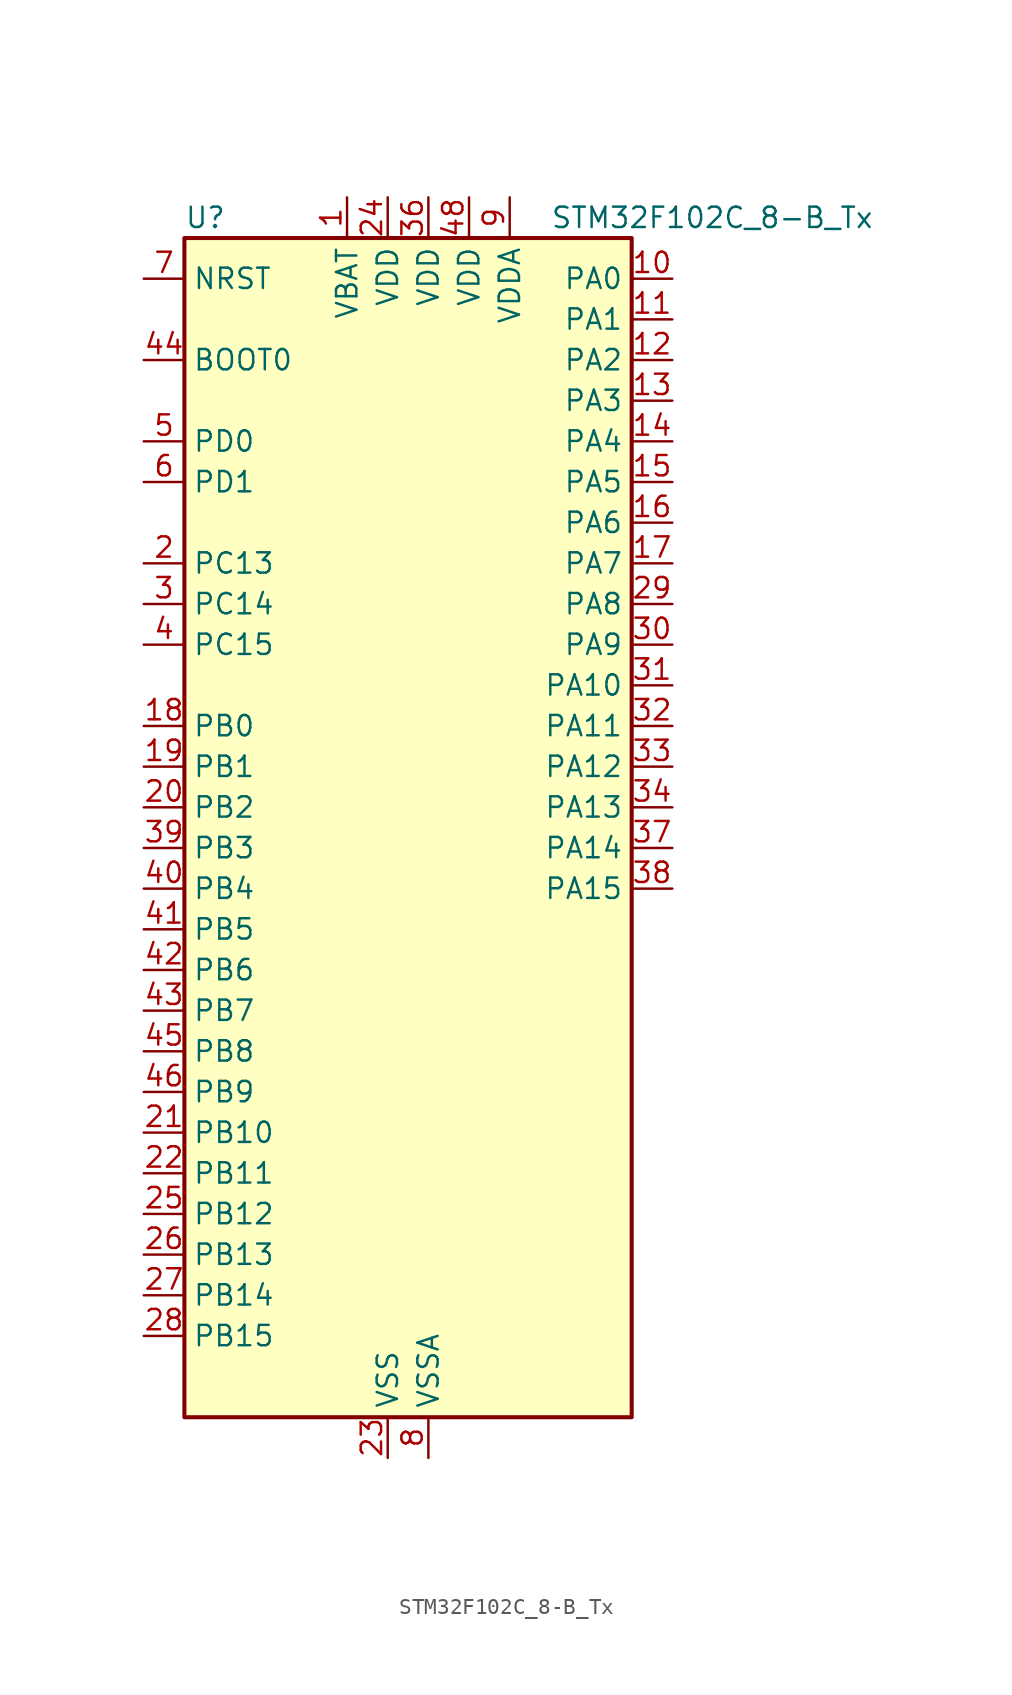
<source format=kicad_sym>
(kicad_symbol_lib
  (version 20231120)
  (generator "kicad_symbol_editor")
  (generator_version "8.0")
  (symbol "STM32F102C_8-B_Tx"
    (property "Reference" "U"
      (at -12.7 39.37 0)
      (effects (font (size 1.27 1.27)) (justify left)))
    (property "Value" "STM32F102C_8-B_Tx"
      (at 10.16 39.37 0)
      (effects (font (size 1.27 1.27)) (justify left)))
    (property "ki_locked" ""
      (at 0 0 0)
      (effects (font (size 1.27 1.27))))
    (symbol "STM32F102C_8-B_Tx_0_1"
      (rectangle (start -12.7 -35.56) (end 15.24 38.1) (stroke (width 0.254) (type default)) (fill (type background))))
    (symbol "STM32F102C_8-B_Tx_1_1"
      (pin power_in line (at -2.54 40.64 270) (length 2.54) (name "VBAT" (effects (font (size 1.27 1.27)))) (number "1" (effects (font (size 1.27 1.27)))))
      (pin bidirectional line (at 17.78 35.56 180) (length 2.54) (name "PA0" (effects (font (size 1.27 1.27)))) (number "10" (effects (font (size 1.27 1.27)))) (alternate "ADC1_IN0" bidirectional line) (alternate "SYS_WKUP" bidirectional line) (alternate "TIM2_CH1" bidirectional line) (alternate "TIM2_ETR" bidirectional line) (alternate "USART2_CTS" bidirectional line))
      (pin bidirectional line (at 17.78 33.02 180) (length 2.54) (name "PA1" (effects (font (size 1.27 1.27)))) (number "11" (effects (font (size 1.27 1.27)))) (alternate "ADC1_IN1" bidirectional line) (alternate "TIM2_CH2" bidirectional line) (alternate "USART2_RTS" bidirectional line))
      (pin bidirectional line (at 17.78 30.48 180) (length 2.54) (name "PA2" (effects (font (size 1.27 1.27)))) (number "12" (effects (font (size 1.27 1.27)))) (alternate "ADC1_IN2" bidirectional line) (alternate "TIM2_CH3" bidirectional line) (alternate "USART2_TX" bidirectional line))
      (pin bidirectional line (at 17.78 27.94 180) (length 2.54) (name "PA3" (effects (font (size 1.27 1.27)))) (number "13" (effects (font (size 1.27 1.27)))) (alternate "ADC1_IN3" bidirectional line) (alternate "TIM2_CH4" bidirectional line) (alternate "USART2_RX" bidirectional line))
      (pin bidirectional line (at 17.78 25.4 180) (length 2.54) (name "PA4" (effects (font (size 1.27 1.27)))) (number "14" (effects (font (size 1.27 1.27)))) (alternate "ADC1_IN4" bidirectional line) (alternate "SPI1_NSS" bidirectional line) (alternate "USART2_CK" bidirectional line))
      (pin bidirectional line (at 17.78 22.86 180) (length 2.54) (name "PA5" (effects (font (size 1.27 1.27)))) (number "15" (effects (font (size 1.27 1.27)))) (alternate "ADC1_IN5" bidirectional line) (alternate "SPI1_SCK" bidirectional line))
      (pin bidirectional line (at 17.78 20.32 180) (length 2.54) (name "PA6" (effects (font (size 1.27 1.27)))) (number "16" (effects (font (size 1.27 1.27)))) (alternate "ADC1_IN6" bidirectional line) (alternate "SPI1_MISO" bidirectional line) (alternate "TIM3_CH1" bidirectional line))
      (pin bidirectional line (at 17.78 17.78 180) (length 2.54) (name "PA7" (effects (font (size 1.27 1.27)))) (number "17" (effects (font (size 1.27 1.27)))) (alternate "ADC1_IN7" bidirectional line) (alternate "SPI1_MOSI" bidirectional line) (alternate "TIM3_CH2" bidirectional line))
      (pin bidirectional line (at -15.24 7.62 0) (length 2.54) (name "PB0" (effects (font (size 1.27 1.27)))) (number "18" (effects (font (size 1.27 1.27)))) (alternate "ADC1_IN8" bidirectional line) (alternate "TIM3_CH3" bidirectional line))
      (pin bidirectional line (at -15.24 5.08 0) (length 2.54) (name "PB1" (effects (font (size 1.27 1.27)))) (number "19" (effects (font (size 1.27 1.27)))) (alternate "ADC1_IN9" bidirectional line) (alternate "TIM3_CH4" bidirectional line))
      (pin bidirectional line (at -15.24 17.78 0) (length 2.54) (name "PC13" (effects (font (size 1.27 1.27)))) (number "2" (effects (font (size 1.27 1.27)))) (alternate "RTC_OUT" bidirectional line) (alternate "RTC_TAMPER" bidirectional line))
      (pin bidirectional line (at -15.24 2.54 0) (length 2.54) (name "PB2" (effects (font (size 1.27 1.27)))) (number "20" (effects (font (size 1.27 1.27)))))
      (pin bidirectional line (at -15.24 -17.78 0) (length 2.54) (name "PB10" (effects (font (size 1.27 1.27)))) (number "21" (effects (font (size 1.27 1.27)))) (alternate "I2C2_SCL" bidirectional line) (alternate "TIM2_CH3" bidirectional line) (alternate "USART3_TX" bidirectional line))
      (pin bidirectional line (at -15.24 -20.32 0) (length 2.54) (name "PB11" (effects (font (size 1.27 1.27)))) (number "22" (effects (font (size 1.27 1.27)))) (alternate "ADC1_EXTI11" bidirectional line) (alternate "I2C2_SDA" bidirectional line) (alternate "TIM2_CH4" bidirectional line) (alternate "USART3_RX" bidirectional line))
      (pin power_in line (at 0 -38.1 90) (length 2.54) (name "VSS" (effects (font (size 1.27 1.27)))) (number "23" (effects (font (size 1.27 1.27)))))
      (pin power_in line (at 0 40.64 270) (length 2.54) (name "VDD" (effects (font (size 1.27 1.27)))) (number "24" (effects (font (size 1.27 1.27)))))
      (pin bidirectional line (at -15.24 -22.86 0) (length 2.54) (name "PB12" (effects (font (size 1.27 1.27)))) (number "25" (effects (font (size 1.27 1.27)))) (alternate "I2C2_SMBA" bidirectional line) (alternate "SPI2_NSS" bidirectional line) (alternate "USART3_CK" bidirectional line))
      (pin bidirectional line (at -15.24 -25.4 0) (length 2.54) (name "PB13" (effects (font (size 1.27 1.27)))) (number "26" (effects (font (size 1.27 1.27)))) (alternate "SPI2_SCK" bidirectional line) (alternate "USART3_CTS" bidirectional line))
      (pin bidirectional line (at -15.24 -27.94 0) (length 2.54) (name "PB14" (effects (font (size 1.27 1.27)))) (number "27" (effects (font (size 1.27 1.27)))) (alternate "SPI2_MISO" bidirectional line) (alternate "USART3_RTS" bidirectional line))
      (pin bidirectional line (at -15.24 -30.48 0) (length 2.54) (name "PB15" (effects (font (size 1.27 1.27)))) (number "28" (effects (font (size 1.27 1.27)))) (alternate "ADC1_EXTI15" bidirectional line) (alternate "SPI2_MOSI" bidirectional line))
      (pin bidirectional line (at 17.78 15.24 180) (length 2.54) (name "PA8" (effects (font (size 1.27 1.27)))) (number "29" (effects (font (size 1.27 1.27)))) (alternate "RCC_MCO" bidirectional line) (alternate "USART1_CK" bidirectional line))
      (pin bidirectional line (at -15.24 15.24 0) (length 2.54) (name "PC14" (effects (font (size 1.27 1.27)))) (number "3" (effects (font (size 1.27 1.27)))) (alternate "RCC_OSC32_IN" bidirectional line))
      (pin bidirectional line (at 17.78 12.7 180) (length 2.54) (name "PA9" (effects (font (size 1.27 1.27)))) (number "30" (effects (font (size 1.27 1.27)))) (alternate "USART1_TX" bidirectional line))
      (pin bidirectional line (at 17.78 10.16 180) (length 2.54) (name "PA10" (effects (font (size 1.27 1.27)))) (number "31" (effects (font (size 1.27 1.27)))) (alternate "USART1_RX" bidirectional line))
      (pin bidirectional line (at 17.78 7.62 180) (length 2.54) (name "PA11" (effects (font (size 1.27 1.27)))) (number "32" (effects (font (size 1.27 1.27)))) (alternate "ADC1_EXTI11" bidirectional line) (alternate "USART1_CTS" bidirectional line) (alternate "USB_DM" bidirectional line))
      (pin bidirectional line (at 17.78 5.08 180) (length 2.54) (name "PA12" (effects (font (size 1.27 1.27)))) (number "33" (effects (font (size 1.27 1.27)))) (alternate "USART1_RTS" bidirectional line) (alternate "USB_DP" bidirectional line))
      (pin bidirectional line (at 17.78 2.54 180) (length 2.54) (name "PA13" (effects (font (size 1.27 1.27)))) (number "34" (effects (font (size 1.27 1.27)))) (alternate "SYS_JTMS-SWDIO" bidirectional line))
      (pin passive line (at 0 -38.1 90) (length 2.54) hide (name "VSS" (effects (font (size 1.27 1.27)))) (number "35" (effects (font (size 1.27 1.27)))))
      (pin power_in line (at 2.54 40.64 270) (length 2.54) (name "VDD" (effects (font (size 1.27 1.27)))) (number "36" (effects (font (size 1.27 1.27)))))
      (pin bidirectional line (at 17.78 0 180) (length 2.54) (name "PA14" (effects (font (size 1.27 1.27)))) (number "37" (effects (font (size 1.27 1.27)))) (alternate "SYS_JTCK-SWCLK" bidirectional line))
      (pin bidirectional line (at 17.78 -2.54 180) (length 2.54) (name "PA15" (effects (font (size 1.27 1.27)))) (number "38" (effects (font (size 1.27 1.27)))) (alternate "ADC1_EXTI15" bidirectional line) (alternate "SPI1_NSS" bidirectional line) (alternate "SYS_JTDI" bidirectional line) (alternate "TIM2_CH1" bidirectional line) (alternate "TIM2_ETR" bidirectional line))
      (pin bidirectional line (at -15.24 0 0) (length 2.54) (name "PB3" (effects (font (size 1.27 1.27)))) (number "39" (effects (font (size 1.27 1.27)))) (alternate "SPI1_SCK" bidirectional line) (alternate "SYS_JTDO-TRACESWO" bidirectional line) (alternate "TIM2_CH2" bidirectional line))
      (pin bidirectional line (at -15.24 12.7 0) (length 2.54) (name "PC15" (effects (font (size 1.27 1.27)))) (number "4" (effects (font (size 1.27 1.27)))) (alternate "ADC1_EXTI15" bidirectional line) (alternate "RCC_OSC32_OUT" bidirectional line))
      (pin bidirectional line (at -15.24 -2.54 0) (length 2.54) (name "PB4" (effects (font (size 1.27 1.27)))) (number "40" (effects (font (size 1.27 1.27)))) (alternate "SPI1_MISO" bidirectional line) (alternate "SYS_NJTRST" bidirectional line) (alternate "TIM3_CH1" bidirectional line))
      (pin bidirectional line (at -15.24 -5.08 0) (length 2.54) (name "PB5" (effects (font (size 1.27 1.27)))) (number "41" (effects (font (size 1.27 1.27)))) (alternate "I2C1_SMBA" bidirectional line) (alternate "SPI1_MOSI" bidirectional line) (alternate "TIM3_CH2" bidirectional line))
      (pin bidirectional line (at -15.24 -7.62 0) (length 2.54) (name "PB6" (effects (font (size 1.27 1.27)))) (number "42" (effects (font (size 1.27 1.27)))) (alternate "I2C1_SCL" bidirectional line) (alternate "TIM4_CH1" bidirectional line) (alternate "USART1_TX" bidirectional line))
      (pin bidirectional line (at -15.24 -10.16 0) (length 2.54) (name "PB7" (effects (font (size 1.27 1.27)))) (number "43" (effects (font (size 1.27 1.27)))) (alternate "I2C1_SDA" bidirectional line) (alternate "TIM4_CH2" bidirectional line) (alternate "USART1_RX" bidirectional line))
      (pin input line (at -15.24 30.48 0) (length 2.54) (name "BOOT0" (effects (font (size 1.27 1.27)))) (number "44" (effects (font (size 1.27 1.27)))))
      (pin bidirectional line (at -15.24 -12.7 0) (length 2.54) (name "PB8" (effects (font (size 1.27 1.27)))) (number "45" (effects (font (size 1.27 1.27)))) (alternate "I2C1_SCL" bidirectional line) (alternate "TIM4_CH3" bidirectional line))
      (pin bidirectional line (at -15.24 -15.24 0) (length 2.54) (name "PB9" (effects (font (size 1.27 1.27)))) (number "46" (effects (font (size 1.27 1.27)))) (alternate "I2C1_SDA" bidirectional line) (alternate "TIM4_CH4" bidirectional line))
      (pin passive line (at 0 -38.1 90) (length 2.54) hide (name "VSS" (effects (font (size 1.27 1.27)))) (number "47" (effects (font (size 1.27 1.27)))))
      (pin power_in line (at 5.08 40.64 270) (length 2.54) (name "VDD" (effects (font (size 1.27 1.27)))) (number "48" (effects (font (size 1.27 1.27)))))
      (pin bidirectional line (at -15.24 25.4 0) (length 2.54) (name "PD0" (effects (font (size 1.27 1.27)))) (number "5" (effects (font (size 1.27 1.27)))) (alternate "RCC_OSC_IN" bidirectional line))
      (pin bidirectional line (at -15.24 22.86 0) (length 2.54) (name "PD1" (effects (font (size 1.27 1.27)))) (number "6" (effects (font (size 1.27 1.27)))) (alternate "RCC_OSC_OUT" bidirectional line))
      (pin input line (at -15.24 35.56 0) (length 2.54) (name "NRST" (effects (font (size 1.27 1.27)))) (number "7" (effects (font (size 1.27 1.27)))))
      (pin power_in line (at 2.54 -38.1 90) (length 2.54) (name "VSSA" (effects (font (size 1.27 1.27)))) (number "8" (effects (font (size 1.27 1.27)))))
      (pin power_in line (at 7.62 40.64 270) (length 2.54) (name "VDDA" (effects (font (size 1.27 1.27)))) (number "9" (effects (font (size 1.27 1.27))))))))
</source>
